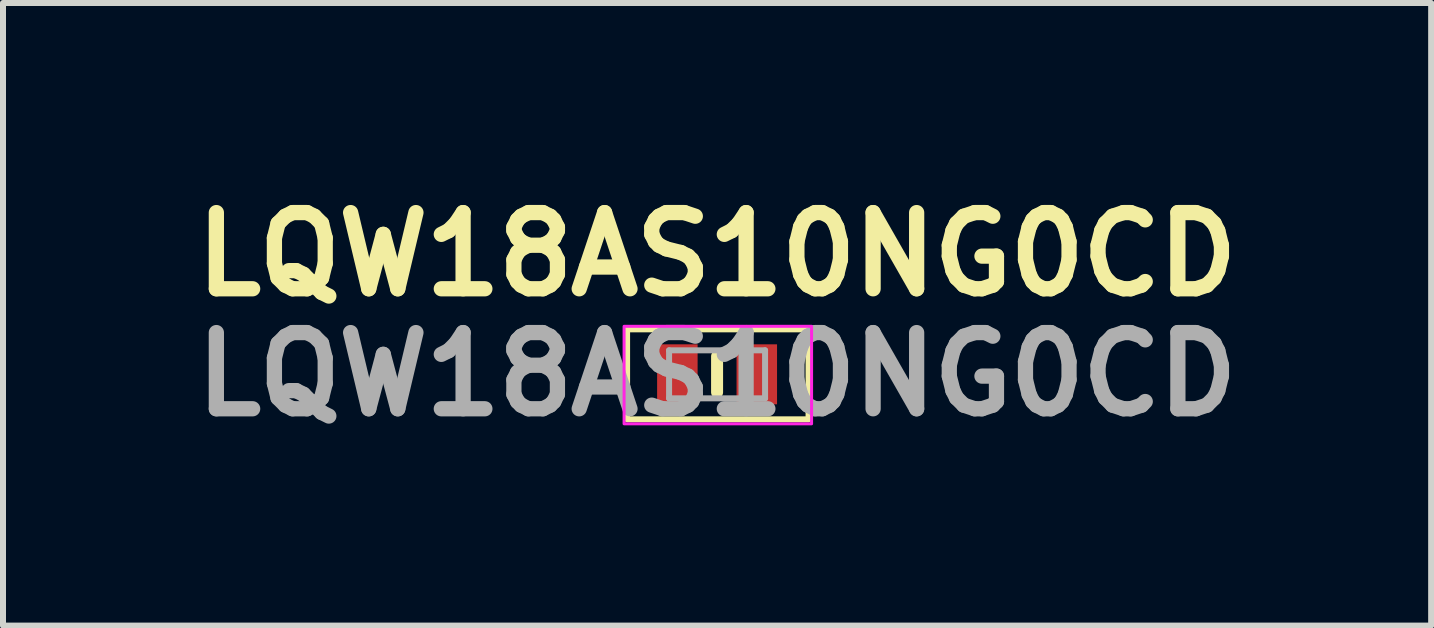
<source format=kicad_pcb>
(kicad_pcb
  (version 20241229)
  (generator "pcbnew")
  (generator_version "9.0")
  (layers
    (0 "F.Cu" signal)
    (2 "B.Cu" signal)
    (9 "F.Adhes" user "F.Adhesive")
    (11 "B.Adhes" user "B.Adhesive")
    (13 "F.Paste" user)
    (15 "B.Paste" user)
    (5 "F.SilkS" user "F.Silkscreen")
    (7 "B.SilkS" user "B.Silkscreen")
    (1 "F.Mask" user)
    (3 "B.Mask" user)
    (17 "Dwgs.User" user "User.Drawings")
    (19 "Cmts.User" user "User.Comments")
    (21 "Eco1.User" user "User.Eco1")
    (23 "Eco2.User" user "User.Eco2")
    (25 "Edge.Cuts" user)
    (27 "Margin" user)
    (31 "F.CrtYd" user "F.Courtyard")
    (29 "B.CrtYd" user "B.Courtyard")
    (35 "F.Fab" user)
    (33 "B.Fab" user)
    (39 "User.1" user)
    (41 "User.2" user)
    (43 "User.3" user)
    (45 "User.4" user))
  (footprint "LQW18AS10NG0CD"
    (layer "F.Cu")
    (at 8.902 3.189)
    (property "Reference" "LQW18AS10NG0CD" (at 0 -2 0) (layer "F.SilkS") (effects (font (size 1.27 1.27) (thickness 0.254))))
    (attr smd)
    (fp_line (start 0 -0.3) (end 0 0.3) (stroke (width 0.2) (type solid)) (layer "F.SilkS"))
    (fp_rect (start -1.5 -0.75) (end 1.525 0.75) (stroke (width 0.1) (type default)) (fill no) (layer "F.SilkS"))
    (fp_rect (start -1.55 -0.8) (end 1.575 0.825) (stroke (width 0.05) (type default)) (fill no) (layer "F.CrtYd"))
    (fp_line (start -0.8 -0.4) (end 0.8 -0.4) (stroke (width 0.1) (type solid)) (layer "F.Fab"))
    (fp_line (start -0.8 0.4) (end -0.8 -0.4) (stroke (width 0.1) (type solid)) (layer "F.Fab"))
    (fp_line (start 0.8 -0.4) (end 0.8 0.4) (stroke (width 0.1) (type solid)) (layer "F.Fab"))
    (fp_line (start 0.8 0.4) (end -0.8 0.4) (stroke (width 0.1) (type solid)) (layer "F.Fab"))
    (fp_text user "${REFERENCE}" (at 0 0 0) (layer "F.Fab") (effects (font (size 1.27 1.27) (thickness 0.254))))
    (pad "1" smd rect (at -0.662 0) (size 0.675 1) (layers "F.Cu" "F.Mask" "F.Paste"))
    (pad "2" smd rect (at 0.662 0) (size 0.675 1) (layers "F.Cu" "F.Mask" "F.Paste")))
  (gr_rect
    (start -3 -3)
    (end 20.804 7.377)
    (stroke (width 0.1) (type default))
    (fill no)
    (layer "Edge.Cuts")))
</source>
